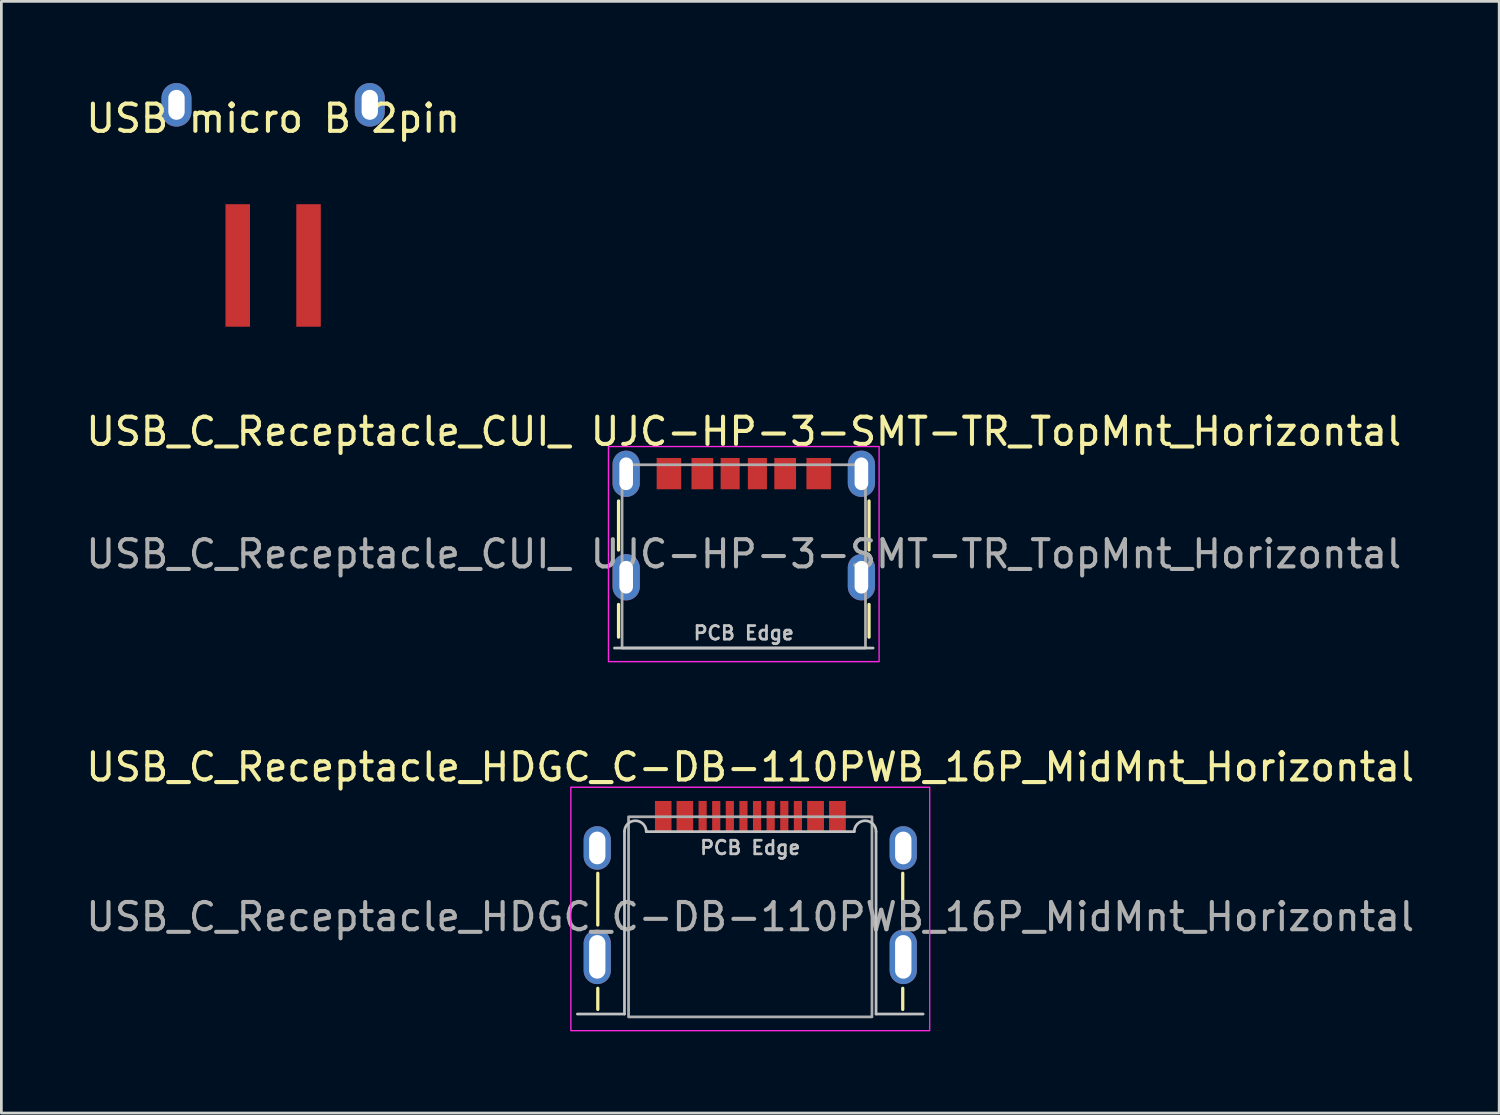
<source format=kicad_pcb>
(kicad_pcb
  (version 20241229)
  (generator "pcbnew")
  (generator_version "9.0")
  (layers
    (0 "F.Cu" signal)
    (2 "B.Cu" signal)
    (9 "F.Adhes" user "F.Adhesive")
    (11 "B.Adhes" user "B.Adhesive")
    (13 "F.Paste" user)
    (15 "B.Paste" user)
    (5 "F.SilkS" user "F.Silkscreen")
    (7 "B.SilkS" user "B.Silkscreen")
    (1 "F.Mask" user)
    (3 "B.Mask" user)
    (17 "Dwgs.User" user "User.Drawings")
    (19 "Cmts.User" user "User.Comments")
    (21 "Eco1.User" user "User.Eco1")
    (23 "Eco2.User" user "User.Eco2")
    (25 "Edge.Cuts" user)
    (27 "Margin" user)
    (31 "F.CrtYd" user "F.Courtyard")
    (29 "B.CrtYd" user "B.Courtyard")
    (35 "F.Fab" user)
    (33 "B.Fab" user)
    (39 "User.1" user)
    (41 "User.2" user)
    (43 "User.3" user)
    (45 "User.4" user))
  (footprint "USB_C_Receptacle_HDGC_C-DB-110PWB_16P_MidMnt_Horizontal"
    (layer "F.Cu")
    (at 24.506 30.624)
    (property "Reference" "USB_C_Receptacle_HDGC_C-DB-110PWB_16P_MidMnt_Horizontal" (at 0 -5.5 0) (unlocked yes) (layer "F.SilkS") (effects (font (size 1 1) (thickness 0.15))))
    (attr smd)
    (fp_line (start -5.6 0.3) (end -5.6 -1.6) (stroke (width 0.12) (type solid)) (layer "F.SilkS"))
    (fp_line (start -5.6 2.625) (end -5.6 3.4) (stroke (width 0.12) (type solid)) (layer "F.SilkS"))
    (fp_line (start 5.6 0.3) (end 5.6 -1.6) (stroke (width 0.12) (type solid)) (layer "F.SilkS"))
    (fp_line (start 5.6 2.625) (end 5.6 3.4) (stroke (width 0.12) (type solid)) (layer "F.SilkS"))
    (fp_line (start -6.35 3.57) (end -4.62 3.57) (stroke (width 0.1) (type solid)) (layer "Dwgs.User"))
    (fp_line (start -4.62 -3.13) (end -4.62 3.57) (stroke (width 0.1) (type default)) (layer "Dwgs.User"))
    (fp_line (start 3.82 -3.13) (end -3.82 -3.13) (stroke (width 0.1) (type default)) (layer "Dwgs.User"))
    (fp_line (start 4.62 3.57) (end 4.62 -3.13) (stroke (width 0.1) (type default)) (layer "Dwgs.User"))
    (fp_line (start 6.35 3.57) (end 4.62 3.57) (stroke (width 0.1) (type solid)) (layer "Dwgs.User"))
    (fp_arc (start -4.62 -3.13) (mid -4.22 -3.53) (end -3.82 -3.13) (stroke (width 0.1) (type default)) (layer "Dwgs.User"))
    (fp_arc (start 3.82 -3.13) (mid 4.22 -3.53) (end 4.62 -3.13) (stroke (width 0.1) (type default)) (layer "Dwgs.User"))
    (fp_rect (start -6.59 -4.76) (end 6.59 4.18) (stroke (width 0.05) (type solid)) (fill no) (layer "F.CrtYd"))
    (fp_rect (start -4.47 -3.675) (end 4.47 3.675) (stroke (width 0.1) (type solid)) (fill no) (layer "F.Fab"))
    (fp_text user "PCB Edge" (at 0 -2.54 0) (unlocked yes) (layer "Dwgs.User") (effects (font (size 0.5 0.5) (thickness 0.1))))
    (fp_text user "${REFERENCE}" (at 0 0 0) (unlocked yes) (layer "F.Fab") (effects (font (size 1 1) (thickness 0.15))))
    (pad "A1" smd rect (at -3.2 -3.68) (size 0.6 1.15) (layers "F.Cu" "F.Mask" "F.Paste"))
    (pad "A4" smd rect (at -2.4 -3.68) (size 0.6 1.15) (layers "F.Cu" "F.Mask" "F.Paste"))
    (pad "A5" smd rect (at -1.25 -3.68) (size 0.3 1.15) (layers "F.Cu" "F.Mask" "F.Paste"))
    (pad "A6" smd rect (at -0.25 -3.68) (size 0.3 1.15) (layers "F.Cu" "F.Mask" "F.Paste"))
    (pad "A7" smd rect (at 0.25 -3.68) (size 0.3 1.15) (layers "F.Cu" "F.Mask" "F.Paste"))
    (pad "A8" smd rect (at 1.25 -3.68) (size 0.3 1.15) (layers "F.Cu" "F.Mask" "F.Paste"))
    (pad "A9" smd rect (at 2.4 -3.68) (size 0.6 1.15) (layers "F.Cu" "F.Mask" "F.Paste"))
    (pad "A12" smd rect (at 3.2 -3.68) (size 0.6 1.15) (layers "F.Cu" "F.Mask" "F.Paste"))
    (pad "B1" smd rect (at 3.2 -3.68) (size 0.6 1.15) (layers "F.Cu" "F.Mask" "F.Paste"))
    (pad "B4" smd rect (at 2.4 -3.68) (size 0.6 1.15) (layers "F.Cu" "F.Mask" "F.Paste"))
    (pad "B5" smd rect (at 1.75 -3.68) (size 0.3 1.15) (layers "F.Cu" "F.Mask" "F.Paste"))
    (pad "B6" smd rect (at 0.75 -3.68) (size 0.3 1.15) (layers "F.Cu" "F.Mask" "F.Paste"))
    (pad "B7" smd rect (at -0.75 -3.68) (size 0.3 1.15) (layers "F.Cu" "F.Mask" "F.Paste"))
    (pad "B8" smd rect (at -1.75 -3.68) (size 0.3 1.15) (layers "F.Cu" "F.Mask" "F.Paste"))
    (pad "B9" smd rect (at -2.4 -3.68) (size 0.6 1.15) (layers "F.Cu" "F.Mask" "F.Paste"))
    (pad "B12" smd rect (at -3.2 -3.68) (size 0.6 1.15) (layers "F.Cu" "F.Mask" "F.Paste"))
    (pad "S1" thru_hole oval (at -5.62 -2.53) (size 1 1.6) (drill oval 0.6 1.2) (layers "*.Cu" "*.Mask"))
    (pad "S1" thru_hole oval (at -5.62 1.47) (size 1 2) (drill oval 0.6 1.6) (layers "*.Cu" "*.Mask"))
    (pad "S1" thru_hole oval (at 5.62 -2.53) (size 1 1.6) (drill oval 0.6 1.2) (layers "*.Cu" "*.Mask"))
    (pad "S1" thru_hole oval (at 5.62 1.47) (size 1 2) (drill oval 0.6 1.6) (layers "*.Cu" "*.Mask")))
  (footprint "USB micro B 2pin"
    (layer "F.Cu")
    (at 6.982 0.8)
    (property "Reference" "USB micro B 2pin" (at 0 0.5 0) (layer "F.SilkS") (effects (font (size 1 1) (thickness 0.15))))
    (attr through_hole)
    (pad "" thru_hole oval (at -3.55 0) (size 1.1 1.6) (drill oval 0.6 1.1) (layers "*.Cu" "*.Mask"))
    (pad "" thru_hole oval (at 3.55 0) (size 1.1 1.6) (drill oval 0.6 1.1) (layers "*.Cu" "*.Mask"))
    (pad "1" smd rect (at 1.3 5.9) (size 0.9 4.5) (layers "F.Cu" "F.Mask" "F.Paste"))
    (pad "2" smd rect (at -1.3 5.9) (size 0.9 4.5) (layers "F.Cu" "F.Mask" "F.Paste")))
  (footprint "USB_C_Receptacle_CUI_ UJC-HP-3-SMT-TR_TopMnt_Horizontal"
    (layer "F.Cu")
    (at 24.268 20.751)
    (property "Reference" "USB_C_Receptacle_CUI_ UJC-HP-3-SMT-TR_TopMnt_Horizontal" (at 0 -7.952 0) (unlocked yes) (layer "F.SilkS") (effects (font (size 1 1) (thickness 0.15))))
    (attr smd)
    (fp_line (start -4.6 -5.4) (end -4.6 -3.6) (stroke (width 0.12) (type solid)) (layer "F.SilkS"))
    (fp_line (start -4.6 -1.6) (end -4.6 -0.4) (stroke (width 0.12) (type solid)) (layer "F.SilkS"))
    (fp_line (start 4.6 -5.4) (end 4.6 -3.6) (stroke (width 0.12) (type solid)) (layer "F.SilkS"))
    (fp_line (start 4.6 -1.6) (end 4.6 -0.4) (stroke (width 0.12) (type solid)) (layer "F.SilkS"))
    (fp_line (start -4.75 0) (end 4.75 0) (stroke (width 0.1) (type solid)) (layer "Dwgs.User"))
    (fp_rect (start -4.97 -7.4) (end 4.97 0.5) (stroke (width 0.05) (type default)) (fill no) (layer "F.CrtYd"))
    (fp_rect (start -4.47 -6.73) (end 4.47 0) (stroke (width 0.1) (type solid)) (fill no) (layer "F.Fab"))
    (fp_text user "PCB Edge" (at 0 -0.552 0) (unlocked yes) (layer "Dwgs.User") (effects (font (size 0.5 0.5) (thickness 0.1))))
    (fp_text user "${REFERENCE}" (at 0 -3.453 0) (unlocked yes) (layer "F.Fab") (effects (font (size 1 1) (thickness 0.15))))
    (pad "A5" smd rect (at -0.5 -6.405) (size 0.7 1.15) (layers "F.Cu" "F.Mask" "F.Paste"))
    (pad "A9" smd rect (at 1.52 -6.405 180) (size 0.8 1.15) (layers "F.Cu" "F.Mask" "F.Paste"))
    (pad "A12" smd rect (at 2.75 -6.405 180) (size 0.9 1.15) (layers "F.Cu" "F.Mask" "F.Paste"))
    (pad "B5" smd rect (at 0.5 -6.405 180) (size 0.7 1.15) (layers "F.Cu" "F.Mask" "F.Paste"))
    (pad "B9" smd rect (at -1.52 -6.405) (size 0.8 1.15) (layers "F.Cu" "F.Mask" "F.Paste"))
    (pad "B12" smd rect (at -2.75 -6.405) (size 0.9 1.15) (layers "F.Cu" "F.Mask" "F.Paste"))
    (pad "S1" thru_hole oval (at -4.32 -6.4) (size 1 1.7) (drill oval 0.5 1.2) (layers "*.Cu" "*.Mask" "F.Paste"))
    (pad "S1" thru_hole oval (at -4.32 -2.6) (size 1 1.7) (drill oval 0.5 1.2) (layers "*.Cu" "*.Mask" "F.Paste"))
    (pad "S1" thru_hole oval (at 4.32 -6.4) (size 1 1.7) (drill oval 0.5 1.2) (layers "*.Cu" "*.Mask" "F.Paste"))
    (pad "S1" thru_hole oval (at 4.32 -2.6) (size 1 1.7) (drill oval 0.5 1.2) (layers "*.Cu" "*.Mask" "F.Paste")))
  (gr_rect
    (start -3 -3)
    (end 52.012 37.829)
    (stroke (width 0.1) (type default))
    (fill no)
    (layer "Edge.Cuts")))
</source>
